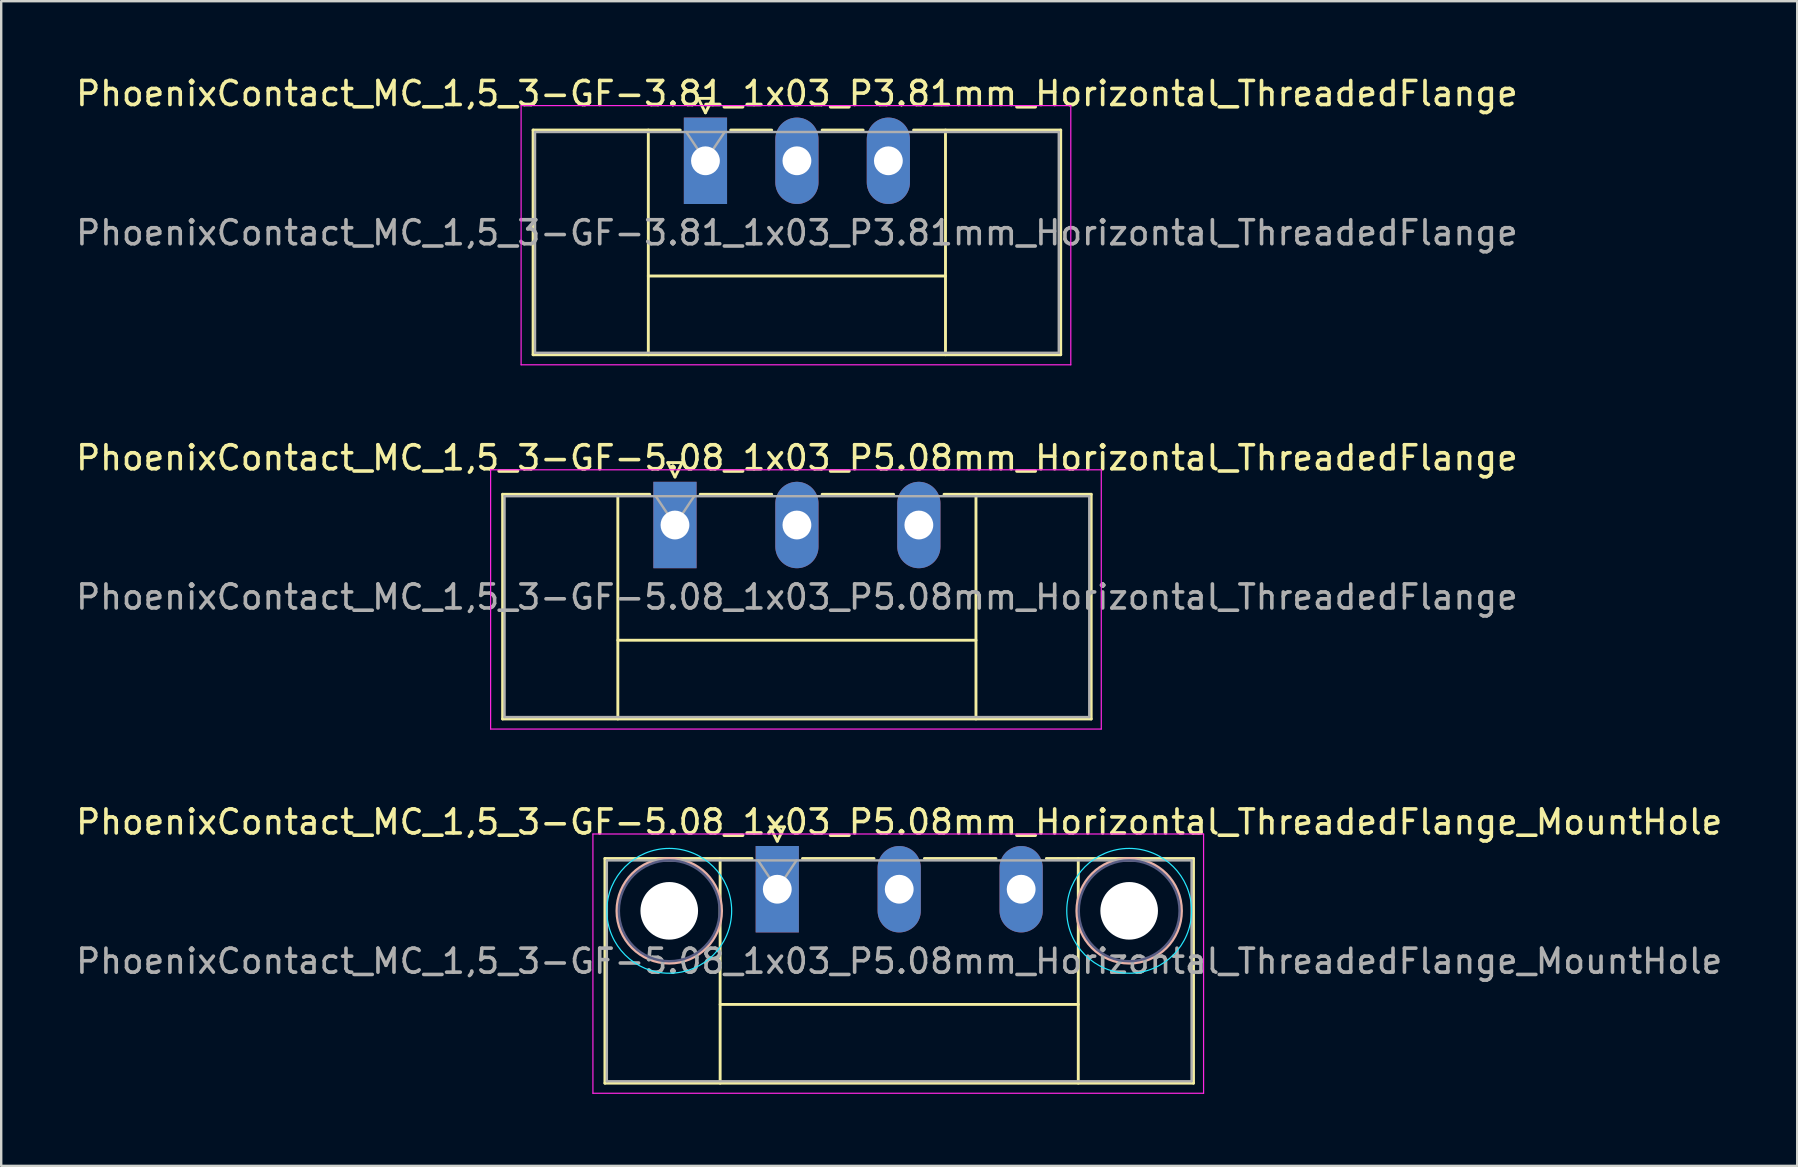
<source format=kicad_pcb>
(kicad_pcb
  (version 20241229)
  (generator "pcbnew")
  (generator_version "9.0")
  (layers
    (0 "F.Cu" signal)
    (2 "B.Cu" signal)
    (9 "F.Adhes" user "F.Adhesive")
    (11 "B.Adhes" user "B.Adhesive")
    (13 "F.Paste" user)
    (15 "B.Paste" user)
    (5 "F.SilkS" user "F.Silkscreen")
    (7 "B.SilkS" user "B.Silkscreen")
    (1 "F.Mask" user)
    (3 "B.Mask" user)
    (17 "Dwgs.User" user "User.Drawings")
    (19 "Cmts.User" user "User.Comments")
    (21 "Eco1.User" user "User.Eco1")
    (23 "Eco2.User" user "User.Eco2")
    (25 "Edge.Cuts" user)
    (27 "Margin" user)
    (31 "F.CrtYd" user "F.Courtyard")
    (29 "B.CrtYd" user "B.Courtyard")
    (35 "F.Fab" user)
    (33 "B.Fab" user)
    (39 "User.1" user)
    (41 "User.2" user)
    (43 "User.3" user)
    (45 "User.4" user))
  (footprint "PhoenixContact_MC_1,5_3-GF-5.08_1x03_P5.08mm_Horizontal_ThreadedFlange"
    (layer "F.Cu")
    (at 25.069 18.822)
    (property "Reference" "PhoenixContact_MC_1,5_3-GF-5.08_1x03_P5.08mm_Horizontal_ThreadedFlange" (at 5.08 -2.8 0) (layer "F.SilkS") (effects (font (size 1 1) (thickness 0.15))))
    (attr through_hole)
    (fp_line (start -7.18 -1.28) (end -7.18 8.08) (stroke (width 0.12) (type solid)) (layer "F.SilkS"))
    (fp_line (start -7.18 -1.28) (end -1.05 -1.28) (stroke (width 0.12) (type solid)) (layer "F.SilkS"))
    (fp_line (start -7.18 8.08) (end 17.34 8.08) (stroke (width 0.12) (type solid)) (layer "F.SilkS"))
    (fp_line (start -2.38 -1.28) (end -2.38 8.08) (stroke (width 0.12) (type solid)) (layer "F.SilkS"))
    (fp_line (start -2.38 4.8) (end 12.54 4.8) (stroke (width 0.12) (type solid)) (layer "F.SilkS"))
    (fp_line (start -0.3 -2.6) (end 0.3 -2.6) (stroke (width 0.12) (type solid)) (layer "F.SilkS"))
    (fp_line (start 0 -2) (end -0.3 -2.6) (stroke (width 0.12) (type solid)) (layer "F.SilkS"))
    (fp_line (start 0.3 -2.6) (end 0 -2) (stroke (width 0.12) (type solid)) (layer "F.SilkS"))
    (fp_line (start 1.05 -1.28) (end 4.03 -1.28) (stroke (width 0.12) (type solid)) (layer "F.SilkS"))
    (fp_line (start 6.13 -1.28) (end 9.11 -1.28) (stroke (width 0.12) (type solid)) (layer "F.SilkS"))
    (fp_line (start 12.54 -1.28) (end 12.54 8.08) (stroke (width 0.12) (type solid)) (layer "F.SilkS"))
    (fp_line (start 17.34 -1.28) (end 11.21 -1.28) (stroke (width 0.12) (type solid)) (layer "F.SilkS"))
    (fp_line (start 17.34 8.08) (end 17.34 -1.28) (stroke (width 0.12) (type solid)) (layer "F.SilkS"))
    (fp_line (start -7.68 -2.3) (end -7.68 8.5) (stroke (width 0.05) (type solid)) (layer "F.CrtYd"))
    (fp_line (start -7.68 8.5) (end 17.76 8.5) (stroke (width 0.05) (type solid)) (layer "F.CrtYd"))
    (fp_line (start 17.76 -2.3) (end -7.68 -2.3) (stroke (width 0.05) (type solid)) (layer "F.CrtYd"))
    (fp_line (start 17.76 8.5) (end 17.76 -2.3) (stroke (width 0.05) (type solid)) (layer "F.CrtYd"))
    (fp_line (start -7.1 -1.2) (end -7.1 8) (stroke (width 0.1) (type solid)) (layer "F.Fab"))
    (fp_line (start -7.1 8) (end 17.26 8) (stroke (width 0.1) (type solid)) (layer "F.Fab"))
    (fp_line (start 0 0) (end -0.8 -1.2) (stroke (width 0.1) (type solid)) (layer "F.Fab"))
    (fp_line (start 0.8 -1.2) (end 0 0) (stroke (width 0.1) (type solid)) (layer "F.Fab"))
    (fp_line (start 17.26 -1.2) (end -7.1 -1.2) (stroke (width 0.1) (type solid)) (layer "F.Fab"))
    (fp_line (start 17.26 8) (end 17.26 -1.2) (stroke (width 0.1) (type solid)) (layer "F.Fab"))
    (fp_text user "${REFERENCE}" (at 5.08 3 0) (layer "F.Fab") (effects (font (size 1 1) (thickness 0.15))))
    (pad "1" thru_hole rect (at 0 0) (size 1.8 3.6) (drill 1.2) (layers "*.Cu" "*.Mask"))
    (pad "2" thru_hole oval (at 5.08 0) (size 1.8 3.6) (drill 1.2) (layers "*.Cu" "*.Mask"))
    (pad "3" thru_hole oval (at 10.16 0) (size 1.8 3.6) (drill 1.2) (layers "*.Cu" "*.Mask")))
  (footprint "PhoenixContact_MC_1,5_3-GF-5.08_1x03_P5.08mm_Horizontal_ThreadedFlange_MountHole"
    (layer "F.Cu")
    (at 29.331 33.995)
    (property "Reference" "PhoenixContact_MC_1,5_3-GF-5.08_1x03_P5.08mm_Horizontal_ThreadedFlange_MountHole" (at 5.08 -2.8 0) (layer "F.SilkS") (effects (font (size 1 1) (thickness 0.15))))
    (attr through_hole)
    (fp_line (start -7.18 -1.28) (end -7.18 8.08) (stroke (width 0.12) (type solid)) (layer "F.SilkS"))
    (fp_line (start -7.18 -1.28) (end -1.05 -1.28) (stroke (width 0.12) (type solid)) (layer "F.SilkS"))
    (fp_line (start -7.18 8.08) (end 17.34 8.08) (stroke (width 0.12) (type solid)) (layer "F.SilkS"))
    (fp_line (start -2.38 -1.28) (end -2.38 8.08) (stroke (width 0.12) (type solid)) (layer "F.SilkS"))
    (fp_line (start -2.38 4.8) (end 12.54 4.8) (stroke (width 0.12) (type solid)) (layer "F.SilkS"))
    (fp_line (start -0.3 -2.6) (end 0.3 -2.6) (stroke (width 0.12) (type solid)) (layer "F.SilkS"))
    (fp_line (start 0 -2) (end -0.3 -2.6) (stroke (width 0.12) (type solid)) (layer "F.SilkS"))
    (fp_line (start 0.3 -2.6) (end 0 -2) (stroke (width 0.12) (type solid)) (layer "F.SilkS"))
    (fp_line (start 1.05 -1.28) (end 4.03 -1.28) (stroke (width 0.12) (type solid)) (layer "F.SilkS"))
    (fp_line (start 6.13 -1.28) (end 9.11 -1.28) (stroke (width 0.12) (type solid)) (layer "F.SilkS"))
    (fp_line (start 12.54 -1.28) (end 12.54 8.08) (stroke (width 0.12) (type solid)) (layer "F.SilkS"))
    (fp_line (start 17.34 -1.28) (end 11.21 -1.28) (stroke (width 0.12) (type solid)) (layer "F.SilkS"))
    (fp_line (start 17.34 8.08) (end 17.34 -1.28) (stroke (width 0.12) (type solid)) (layer "F.SilkS"))
    (fp_circle (center -4.5 0.9) (end -2.32 0.9) (stroke (width 0.12) (type solid)) (fill no) (layer "B.SilkS"))
    (fp_circle (center 14.66 0.9) (end 16.84 0.9) (stroke (width 0.12) (type solid)) (fill no) (layer "B.SilkS"))
    (fp_circle (center -4.5 0.9) (end -1.9 0.9) (stroke (width 0.05) (type solid)) (fill no) (layer "B.CrtYd"))
    (fp_circle (center 14.66 0.9) (end 17.26 0.9) (stroke (width 0.05) (type solid)) (fill no) (layer "B.CrtYd"))
    (fp_line (start -7.68 -2.3) (end -7.68 8.5) (stroke (width 0.05) (type solid)) (layer "F.CrtYd"))
    (fp_line (start -7.68 8.5) (end 17.76 8.5) (stroke (width 0.05) (type solid)) (layer "F.CrtYd"))
    (fp_line (start 17.76 -2.3) (end -7.68 -2.3) (stroke (width 0.05) (type solid)) (layer "F.CrtYd"))
    (fp_line (start 17.76 8.5) (end 17.76 -2.3) (stroke (width 0.05) (type solid)) (layer "F.CrtYd"))
    (fp_circle (center -4.5 0.9) (end -2.4 0.9) (stroke (width 0.1) (type solid)) (fill no) (layer "B.Fab"))
    (fp_circle (center 14.66 0.9) (end 16.76 0.9) (stroke (width 0.1) (type solid)) (fill no) (layer "B.Fab"))
    (fp_line (start -7.1 -1.2) (end -7.1 8) (stroke (width 0.1) (type solid)) (layer "F.Fab"))
    (fp_line (start -7.1 8) (end 17.26 8) (stroke (width 0.1) (type solid)) (layer "F.Fab"))
    (fp_line (start 0 0) (end -0.8 -1.2) (stroke (width 0.1) (type solid)) (layer "F.Fab"))
    (fp_line (start 0.8 -1.2) (end 0 0) (stroke (width 0.1) (type solid)) (layer "F.Fab"))
    (fp_line (start 17.26 -1.2) (end -7.1 -1.2) (stroke (width 0.1) (type solid)) (layer "F.Fab"))
    (fp_line (start 17.26 8) (end 17.26 -1.2) (stroke (width 0.1) (type solid)) (layer "F.Fab"))
    (fp_text user "${REFERENCE}" (at 5.08 3 0) (layer "F.Fab") (effects (font (size 1 1) (thickness 0.15))))
    (pad "" np_thru_hole circle (at -4.5 0.9) (size 2.4 2.4) (drill 2.4) (layers "*.Cu" "*.Mask"))
    (pad "" np_thru_hole circle (at 14.66 0.9) (size 2.4 2.4) (drill 2.4) (layers "*.Cu" "*.Mask"))
    (pad "1" thru_hole rect (at 0 0) (size 1.8 3.6) (drill 1.2) (layers "*.Cu" "*.Mask"))
    (pad "2" thru_hole oval (at 5.08 0) (size 1.8 3.6) (drill 1.2) (layers "*.Cu" "*.Mask"))
    (pad "3" thru_hole oval (at 10.16 0) (size 1.8 3.6) (drill 1.2) (layers "*.Cu" "*.Mask")))
  (footprint "PhoenixContact_MC_1,5_3-GF-3.81_1x03_P3.81mm_Horizontal_ThreadedFlange"
    (layer "F.Cu")
    (at 26.339 3.648)
    (property "Reference" "PhoenixContact_MC_1,5_3-GF-3.81_1x03_P3.81mm_Horizontal_ThreadedFlange" (at 3.81 -2.8 0) (layer "F.SilkS") (effects (font (size 1 1) (thickness 0.15))))
    (attr through_hole)
    (fp_line (start -7.18 -1.28) (end -7.18 8.08) (stroke (width 0.12) (type solid)) (layer "F.SilkS"))
    (fp_line (start -7.18 -1.28) (end -1.05 -1.28) (stroke (width 0.12) (type solid)) (layer "F.SilkS"))
    (fp_line (start -7.18 8.08) (end 14.8 8.08) (stroke (width 0.12) (type solid)) (layer "F.SilkS"))
    (fp_line (start -2.38 -1.28) (end -2.38 8.08) (stroke (width 0.12) (type solid)) (layer "F.SilkS"))
    (fp_line (start -2.38 4.8) (end 10 4.8) (stroke (width 0.12) (type solid)) (layer "F.SilkS"))
    (fp_line (start -0.3 -2.6) (end 0.3 -2.6) (stroke (width 0.12) (type solid)) (layer "F.SilkS"))
    (fp_line (start 0 -2) (end -0.3 -2.6) (stroke (width 0.12) (type solid)) (layer "F.SilkS"))
    (fp_line (start 0.3 -2.6) (end 0 -2) (stroke (width 0.12) (type solid)) (layer "F.SilkS"))
    (fp_line (start 1.05 -1.28) (end 2.76 -1.28) (stroke (width 0.12) (type solid)) (layer "F.SilkS"))
    (fp_line (start 4.86 -1.28) (end 6.57 -1.28) (stroke (width 0.12) (type solid)) (layer "F.SilkS"))
    (fp_line (start 10 -1.28) (end 10 8.08) (stroke (width 0.12) (type solid)) (layer "F.SilkS"))
    (fp_line (start 14.8 -1.28) (end 8.67 -1.28) (stroke (width 0.12) (type solid)) (layer "F.SilkS"))
    (fp_line (start 14.8 8.08) (end 14.8 -1.28) (stroke (width 0.12) (type solid)) (layer "F.SilkS"))
    (fp_line (start -7.68 -2.3) (end -7.68 8.5) (stroke (width 0.05) (type solid)) (layer "F.CrtYd"))
    (fp_line (start -7.68 8.5) (end 15.22 8.5) (stroke (width 0.05) (type solid)) (layer "F.CrtYd"))
    (fp_line (start 15.22 -2.3) (end -7.68 -2.3) (stroke (width 0.05) (type solid)) (layer "F.CrtYd"))
    (fp_line (start 15.22 8.5) (end 15.22 -2.3) (stroke (width 0.05) (type solid)) (layer "F.CrtYd"))
    (fp_line (start -7.1 -1.2) (end -7.1 8) (stroke (width 0.1) (type solid)) (layer "F.Fab"))
    (fp_line (start -7.1 8) (end 14.72 8) (stroke (width 0.1) (type solid)) (layer "F.Fab"))
    (fp_line (start 0 0) (end -0.8 -1.2) (stroke (width 0.1) (type solid)) (layer "F.Fab"))
    (fp_line (start 0.8 -1.2) (end 0 0) (stroke (width 0.1) (type solid)) (layer "F.Fab"))
    (fp_line (start 14.72 -1.2) (end -7.1 -1.2) (stroke (width 0.1) (type solid)) (layer "F.Fab"))
    (fp_line (start 14.72 8) (end 14.72 -1.2) (stroke (width 0.1) (type solid)) (layer "F.Fab"))
    (fp_text user "${REFERENCE}" (at 3.81 3 0) (layer "F.Fab") (effects (font (size 1 1) (thickness 0.15))))
    (pad "1" thru_hole rect (at 0 0) (size 1.8 3.6) (drill 1.2) (layers "*.Cu" "*.Mask"))
    (pad "2" thru_hole oval (at 3.81 0) (size 1.8 3.6) (drill 1.2) (layers "*.Cu" "*.Mask"))
    (pad "3" thru_hole oval (at 7.62 0) (size 1.8 3.6) (drill 1.2) (layers "*.Cu" "*.Mask")))
  (gr_rect
    (start -3 -3)
    (end 71.821 45.52)
    (stroke (width 0.1) (type default))
    (fill no)
    (layer "Edge.Cuts")))
</source>
